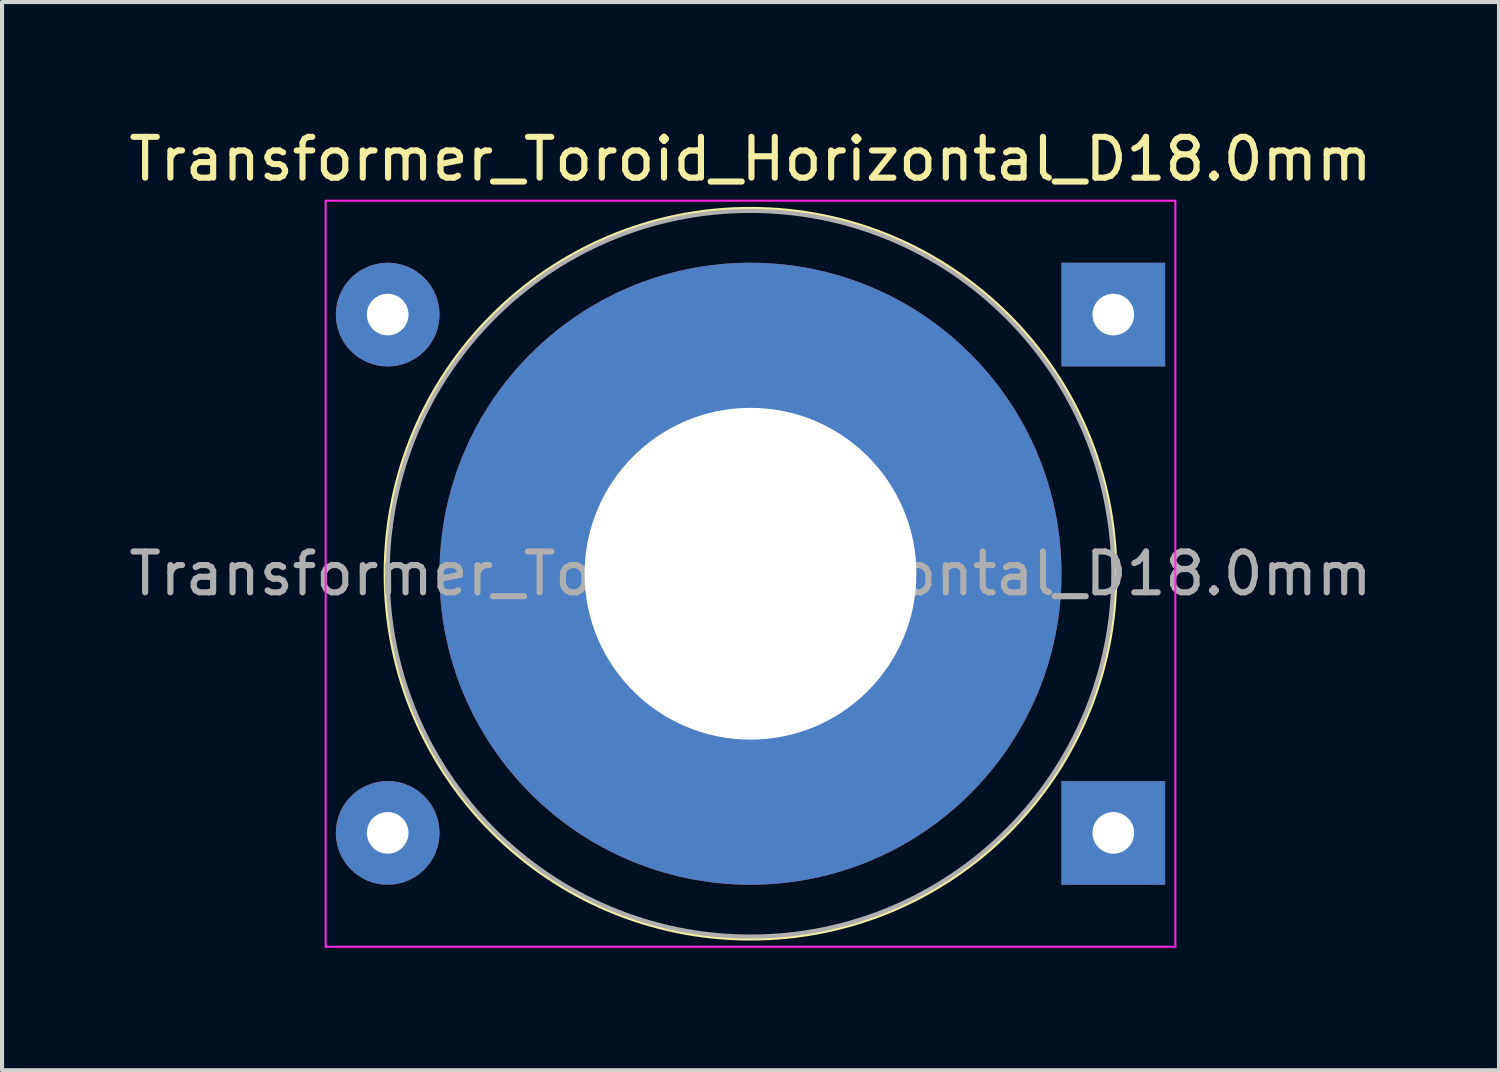
<source format=kicad_pcb>
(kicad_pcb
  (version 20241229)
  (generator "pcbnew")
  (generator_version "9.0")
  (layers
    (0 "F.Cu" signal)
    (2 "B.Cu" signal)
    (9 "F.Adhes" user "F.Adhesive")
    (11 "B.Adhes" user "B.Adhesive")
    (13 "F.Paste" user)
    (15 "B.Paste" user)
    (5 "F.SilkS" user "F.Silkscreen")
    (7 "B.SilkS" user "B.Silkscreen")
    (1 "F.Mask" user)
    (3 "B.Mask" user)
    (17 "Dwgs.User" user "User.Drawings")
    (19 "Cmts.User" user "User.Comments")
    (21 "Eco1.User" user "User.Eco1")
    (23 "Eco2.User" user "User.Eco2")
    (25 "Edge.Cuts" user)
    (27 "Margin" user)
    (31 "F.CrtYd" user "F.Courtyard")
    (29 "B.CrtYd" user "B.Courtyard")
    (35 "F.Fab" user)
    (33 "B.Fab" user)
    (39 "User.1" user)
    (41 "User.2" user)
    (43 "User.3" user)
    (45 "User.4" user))
  (footprint "Transformer_Toroid_Horizontal_D18.0mm"
    (layer "F.Cu")
    (at 6.449 4.658)
    (property "Reference" "Transformer_Toroid_Horizontal_D18.0mm" (at 8.89 -3.81 0) (layer "F.SilkS") (effects (font (size 1 1) (thickness 0.15))))
    (attr through_hole)
    (fp_circle (center 8.89 6.35) (end 17.49 8.75) (stroke (width 0.12) (type solid)) (fill no) (layer "F.SilkS"))
    (fp_line (start -1.52 -2.79) (end -1.52 15.49) (stroke (width 0.05) (type solid)) (layer "F.CrtYd"))
    (fp_line (start -1.52 -2.79) (end 19.3 -2.79) (stroke (width 0.05) (type solid)) (layer "F.CrtYd"))
    (fp_line (start 19.3 15.49) (end -1.52 15.49) (stroke (width 0.05) (type solid)) (layer "F.CrtYd"))
    (fp_line (start 19.3 15.49) (end 19.3 -2.79) (stroke (width 0.05) (type solid)) (layer "F.CrtYd"))
    (fp_circle (center 8.89 6.35) (end 17.78 6.35) (stroke (width 0.1) (type solid)) (fill no) (layer "F.Fab"))
    (fp_text user "${REFERENCE}" (at 8.89 6.35 0) (layer "F.Fab") (effects (font (size 1 1) (thickness 0.15))))
    (pad "" thru_hole circle (at 8.89 6.35) (size 15.24 15.24) (drill 8.13) (layers "*.Cu" "*.Mask"))
    (pad "1" thru_hole circle (at 0 0) (size 2.54 2.54) (drill 1.02) (layers "*.Cu" "*.Mask"))
    (pad "2" thru_hole circle (at 0 12.7) (size 2.54 2.54) (drill 1.02) (layers "*.Cu" "*.Mask"))
    (pad "3" thru_hole rect (at 17.78 0) (size 2.54 2.54) (drill 1.02) (layers "*.Cu" "*.Mask"))
    (pad "4" thru_hole rect (at 17.78 12.7) (size 2.54 2.54) (drill 1.02) (layers "*.Cu" "*.Mask")))
  (gr_rect
    (start -3 -3)
    (end 33.679 23.173)
    (stroke (width 0.1) (type default))
    (fill no)
    (layer "Edge.Cuts")))
</source>
